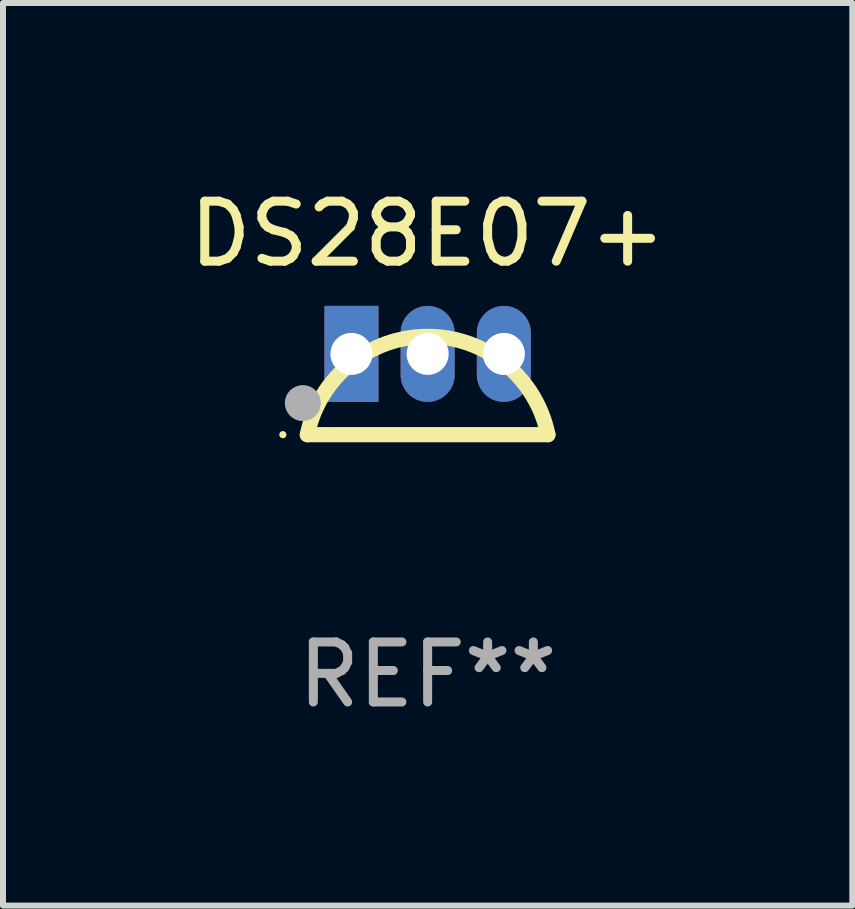
<source format=kicad_pcb>
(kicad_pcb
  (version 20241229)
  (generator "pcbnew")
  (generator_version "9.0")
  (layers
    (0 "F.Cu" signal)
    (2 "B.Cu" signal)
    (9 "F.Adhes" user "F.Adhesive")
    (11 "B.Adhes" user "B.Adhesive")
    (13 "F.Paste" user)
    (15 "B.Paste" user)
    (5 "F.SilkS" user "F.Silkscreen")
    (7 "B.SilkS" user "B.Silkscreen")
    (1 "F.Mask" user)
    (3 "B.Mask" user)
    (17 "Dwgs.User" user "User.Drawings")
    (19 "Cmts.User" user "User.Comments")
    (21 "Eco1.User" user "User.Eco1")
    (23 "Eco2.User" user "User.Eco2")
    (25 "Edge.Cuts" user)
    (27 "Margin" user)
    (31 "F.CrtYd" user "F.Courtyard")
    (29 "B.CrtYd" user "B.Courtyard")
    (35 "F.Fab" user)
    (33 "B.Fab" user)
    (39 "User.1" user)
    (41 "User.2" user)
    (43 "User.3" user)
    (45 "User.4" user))
  (footprint "DS28E07+"
    (layer "F.Cu")
    (at 4.077 3.521)
    (property "Reference" "DS28E07+" (at 0 -2.673 0) (layer "F.SilkS") (effects (font (size 1 1) (thickness 0.15))))
    (attr through_hole)
    (fp_line (start -2.004 0.673) (end 2.004 0.673) (stroke (width 0.254) (type solid)) (layer "F.SilkS"))
    (fp_arc (start -2.004496 0.67272) (mid 0.000083 -0.964432) (end 2.004496 0.672924) (stroke (width 0.254001) (type solid)) (layer "F.SilkS"))
    (fp_circle (center -2.413 0.673) (end -2.383 0.673) (stroke (width 0.06) (type solid)) (fill no) (layer "F.SilkS"))
    (fp_circle (center -2.08 0.147) (end -1.93 0.147) (stroke (width 0.3) (type solid)) (fill no) (layer "F.Fab"))
    (fp_text user "REF**" (at 0 4.673 0) (layer "F.Fab") (effects (font (size 1 1) (thickness 0.15))))
    (pad "1" thru_hole rect (at -1.27 -0.673) (size 0.9 1.6) (drill 0.7) (layers "*.Cu" "*.Mask"))
    (pad "2" thru_hole oval (at 0.000051 -0.673) (size 0.9 1.6) (drill 0.7) (layers "*.Cu" "*.Mask"))
    (pad "3" thru_hole oval (at 1.27 -0.673) (size 0.9 1.6) (drill 0.7) (layers "*.Cu" "*.Mask")))
  (gr_rect
    (start -3 -3)
    (end 11.155 12.043)
    (stroke (width 0.1) (type default))
    (fill no)
    (layer "Edge.Cuts")))
</source>
